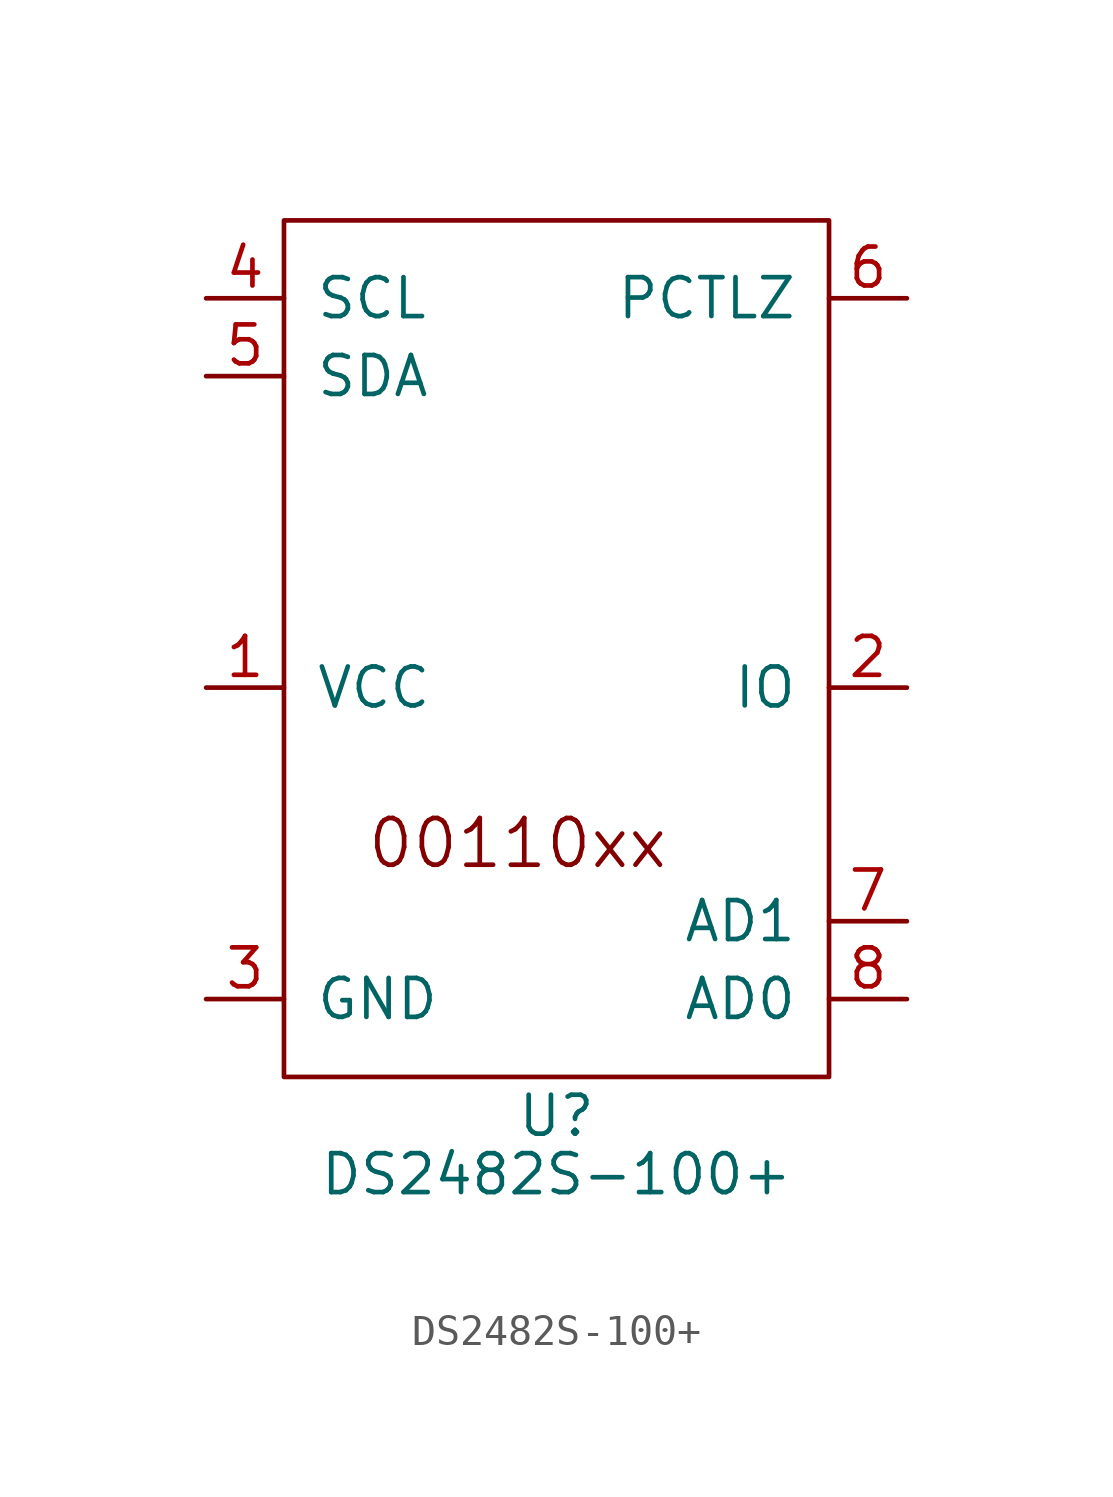
<source format=kicad_sym>
(kicad_symbol_lib
  (version 20220914)
  (generator kicad_symbol_editor)
  (symbol "DS2482S-100+"
    (pin_names
      (offset 1.016))
    (property "Reference" "U"
      (at 8.89 -1.27 0)
      (effects (font (size 1.27 1.27))))
    (property "Value" "DS2482S-100+"
      (at 8.89 -3.175 0)
      (effects (font (size 1.27 1.27))))
    (property "Datasheet" ""
      (at 8.89 -1.27 0)
      (effects (font (size 1.524 1.524))))
    (symbol "DS2482S-100+_0_0"
      (text "00110xx" (at 7.62 7.62 0) (effects (font (size 1.524 1.524)))))
    (symbol "DS2482S-100+_1_1"
      (rectangle (start 0 0) (end 17.78 27.94) (stroke (width 0) (type solid)) (fill (type none)))
      (pin power_in line (at -2.54 12.7 0) (length 2.54) (name "VCC" (effects (font (size 1.27 1.27)))) (number "1" (effects (font (size 1.27 1.27)))))
      (pin bidirectional line (at 20.32 12.7 180) (length 2.54) (name "IO" (effects (font (size 1.27 1.27)))) (number "2" (effects (font (size 1.27 1.27)))))
      (pin power_in line (at -2.54 2.54 0) (length 2.54) (name "GND" (effects (font (size 1.27 1.27)))) (number "3" (effects (font (size 1.27 1.27)))))
      (pin input line (at -2.54 25.4 0) (length 2.54) (name "SCL" (effects (font (size 1.27 1.27)))) (number "4" (effects (font (size 1.27 1.27)))))
      (pin bidirectional line (at -2.54 22.86 0) (length 2.54) (name "SDA" (effects (font (size 1.27 1.27)))) (number "5" (effects (font (size 1.27 1.27)))))
      (pin output line (at 20.32 25.4 180) (length 2.54) (name "PCTLZ" (effects (font (size 1.27 1.27)))) (number "6" (effects (font (size 1.27 1.27)))))
      (pin input line (at 20.32 5.08 180) (length 2.54) (name "AD1" (effects (font (size 1.27 1.27)))) (number "7" (effects (font (size 1.27 1.27)))))
      (pin input line (at 20.32 2.54 180) (length 2.54) (name "AD0" (effects (font (size 1.27 1.27)))) (number "8" (effects (font (size 1.27 1.27))))))))
</source>
